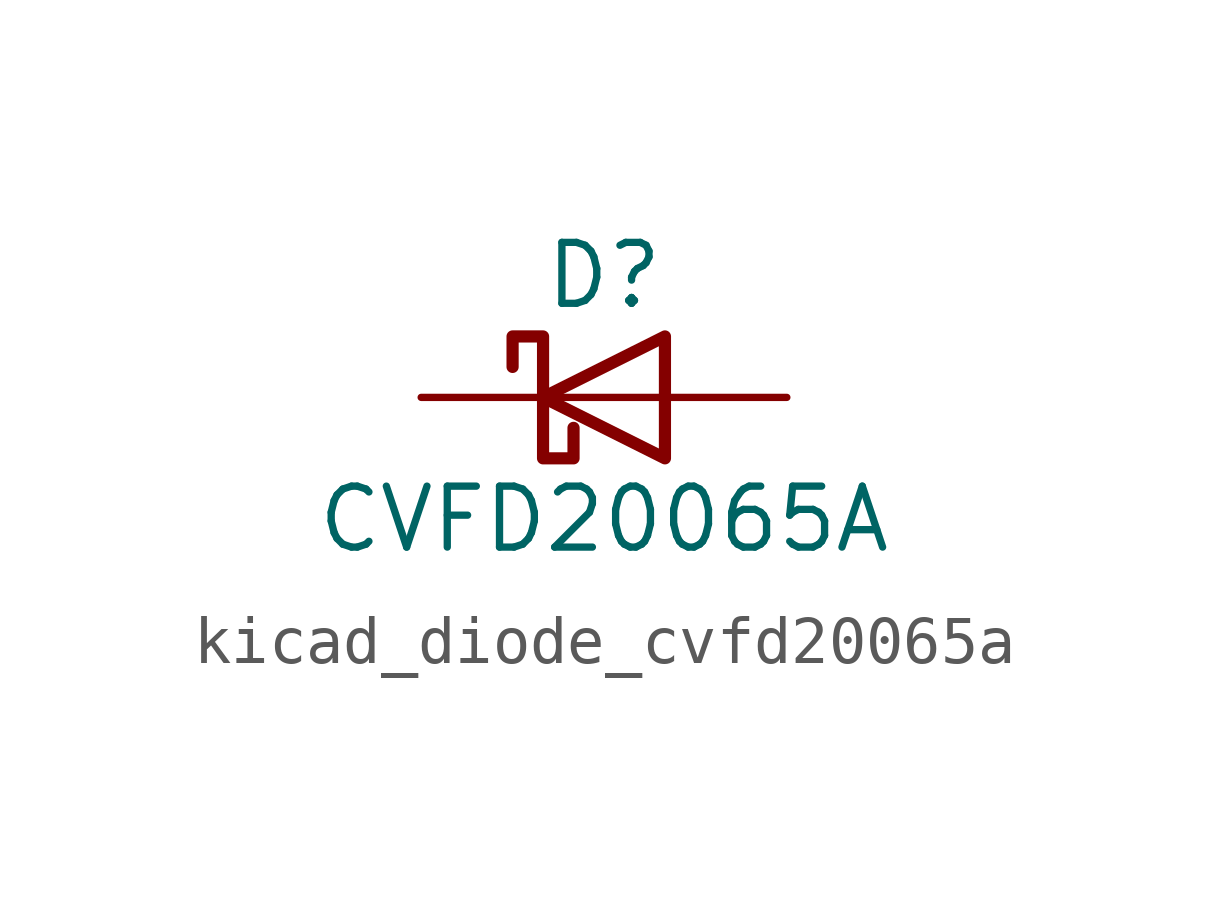
<source format=kicad_sym>
(kicad_symbol_lib
  (version 20220914)
  (generator kicad_symbol_editor)
  (symbol "kicad_diode_cvfd20065a"
    (pin_numbers hide)
    (pin_names
      (offset 1.016) hide)
    (property "Reference" "D"
      (at 0 2.54 0)
      (effects (font (size 1.27 1.27))))
    (property "Value" "CVFD20065A"
      (at 0 -2.54 0)
      (effects (font (size 1.27 1.27))))
    (symbol "kicad_diode_cvfd20065a_0_1"
      (polyline (pts (xy 1.27 0) (xy -1.27 0)) (stroke (width 0) (type default)) (fill (type none)))
      (polyline (pts (xy 1.27 1.27) (xy 1.27 -1.27) (xy -1.27 0) (xy 1.27 1.27)) (stroke (width 0.254) (type default)) (fill (type none)))
      (polyline (pts (xy -1.905 0.635) (xy -1.905 1.27) (xy -1.27 1.27) (xy -1.27 -1.27) (xy -0.635 -1.27) (xy -0.635 -0.635)) (stroke (width 0.254) (type default)) (fill (type none))))
    (symbol "kicad_diode_cvfd20065a_1_1"
      (pin passive line (at -3.81 0 0) (length 2.54) (name "K" (effects (font (size 1.27 1.27)))) (number "1" (effects (font (size 1.27 1.27)))))
      (pin passive line (at 3.81 0 180) (length 2.54) (name "A" (effects (font (size 1.27 1.27)))) (number "2" (effects (font (size 1.27 1.27))))))))
</source>
